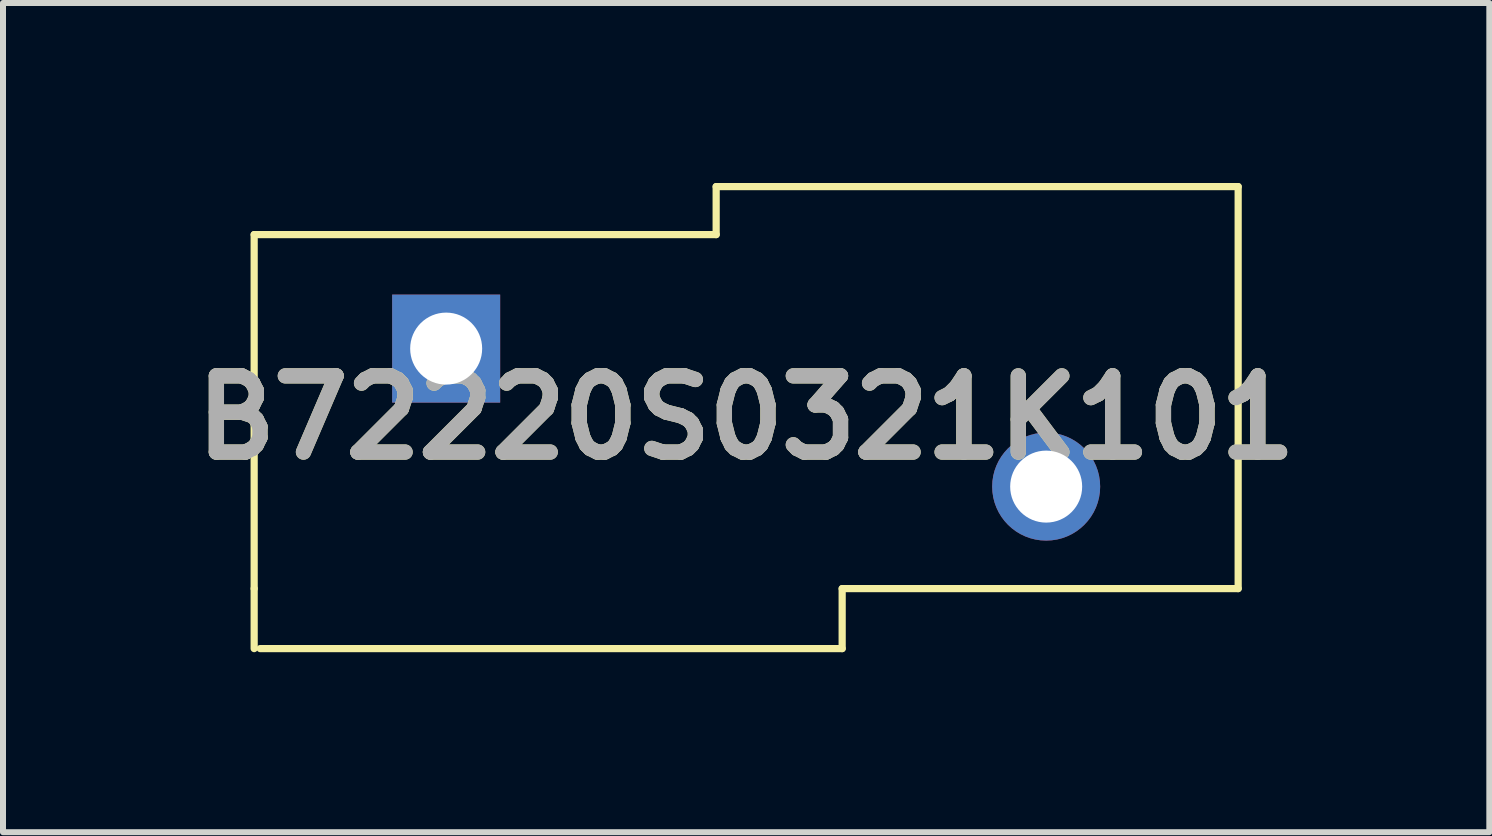
<source format=kicad_pcb>
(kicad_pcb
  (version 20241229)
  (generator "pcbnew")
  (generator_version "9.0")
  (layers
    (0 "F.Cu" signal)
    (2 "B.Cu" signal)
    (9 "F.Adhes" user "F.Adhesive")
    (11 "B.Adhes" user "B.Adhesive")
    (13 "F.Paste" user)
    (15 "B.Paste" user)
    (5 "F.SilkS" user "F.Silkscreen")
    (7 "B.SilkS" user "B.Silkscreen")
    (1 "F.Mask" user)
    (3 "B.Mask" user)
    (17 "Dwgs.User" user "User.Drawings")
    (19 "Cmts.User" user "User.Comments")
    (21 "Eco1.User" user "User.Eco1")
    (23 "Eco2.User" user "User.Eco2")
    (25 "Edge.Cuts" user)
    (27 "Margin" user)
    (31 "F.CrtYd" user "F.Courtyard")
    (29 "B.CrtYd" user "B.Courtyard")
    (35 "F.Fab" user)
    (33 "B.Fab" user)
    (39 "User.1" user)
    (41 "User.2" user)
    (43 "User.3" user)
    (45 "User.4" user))
  (footprint "B72220S0321K101"
    (layer "F.Cu")
    (at 8.886 3.66)
    (property "Reference" "B72220S0321K101" (at 0.5 0.25 0) (layer "F.SilkS") (effects (font (size 1.27 1.27) (thickness 0.254))))
    (attr through_hole)
    (fp_line (start -7.7 3.1) (end -7.7 -2.8) (stroke (width 0.12) (type solid)) (layer "F.SilkS"))
    (fp_line (start -7.7 3.1) (end -7.7 4.1) (stroke (width 0.12) (type solid)) (layer "F.SilkS"))
    (fp_line (start -7.6 4.1) (end 2.1 4.1) (stroke (width 0.12) (type solid)) (layer "F.SilkS"))
    (fp_line (start 0 -3.6) (end 0 -2.8) (stroke (width 0.12) (type solid)) (layer "F.SilkS"))
    (fp_line (start 0 -2.8) (end -7.7 -2.8) (stroke (width 0.12) (type solid)) (layer "F.SilkS"))
    (fp_line (start 2.1 3.1) (end 8.7 3.1) (stroke (width 0.12) (type solid)) (layer "F.SilkS"))
    (fp_line (start 2.1 4.1) (end 2.1 3.1) (stroke (width 0.12) (type solid)) (layer "F.SilkS"))
    (fp_line (start 8.7 -3.6) (end 0 -3.6) (stroke (width 0.12) (type solid)) (layer "F.SilkS"))
    (fp_line (start 8.7 -3.6) (end 8.7 3.1) (stroke (width 0.12) (type solid)) (layer "F.SilkS"))
    (fp_text user "${REFERENCE}" (at 0.5 0.25 0) (layer "F.Fab") (effects (font (size 1.27 1.27) (thickness 0.254))))
    (pad "1" thru_hole rect (at -4.5 -0.9) (size 1.8 1.8) (drill 1.2) (layers "*.Cu" "*.Mask"))
    (pad "2" thru_hole circle (at 5.5 1.4) (size 1.8 1.8) (drill 1.2) (layers "*.Cu" "*.Mask")))
  (gr_rect
    (start -3 -3)
    (end 21.772 10.82)
    (stroke (width 0.1) (type default))
    (fill no)
    (layer "Edge.Cuts")))
</source>
